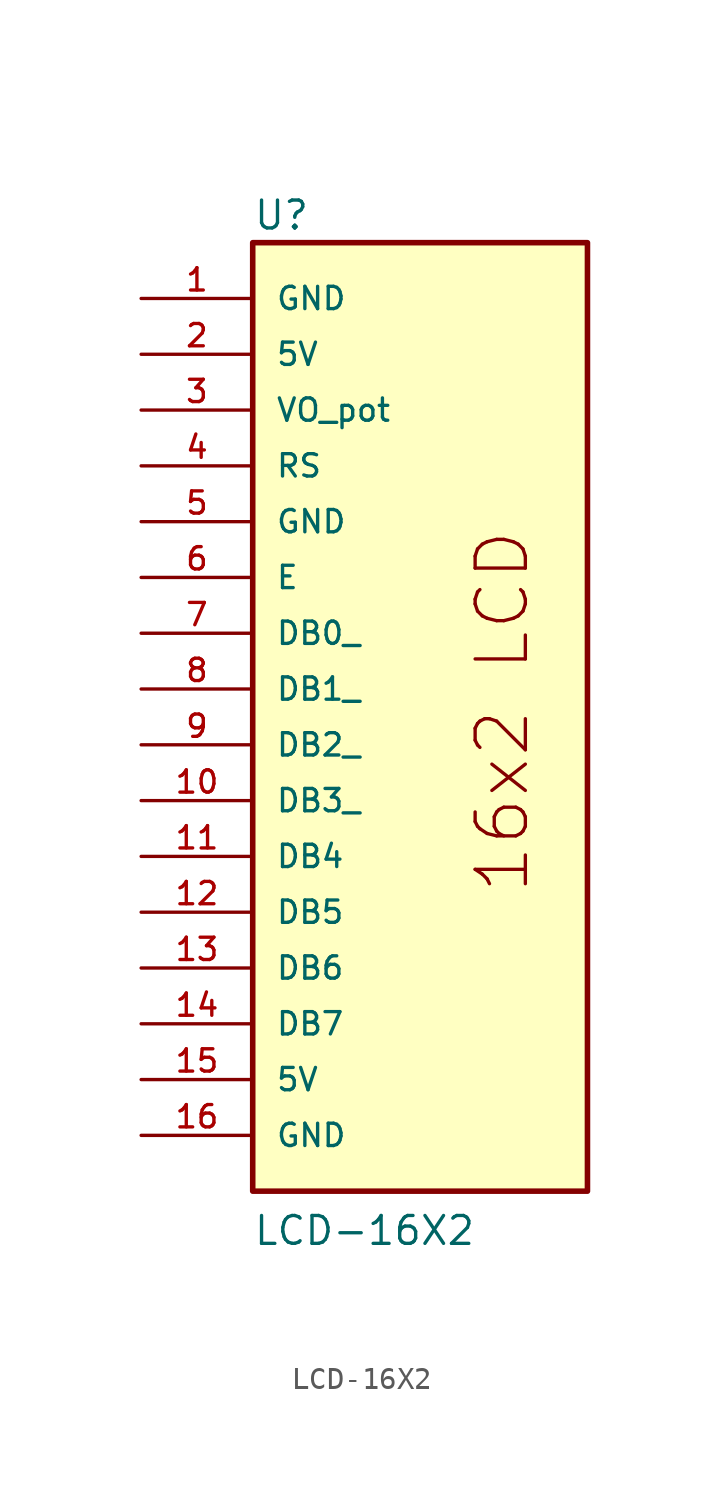
<source format=kicad_sym>
(kicad_symbol_lib
  (version 20241209)
  (generator "kicad_symbol_editor")
  (generator_version "9.0")
  (symbol "LCD-16X2"
    (pin_names
      (offset 1.016))
    (property "Reference" "U"
      (at -7.62 23.368 0)
      (effects (font (size 1.27 1.27)) (justify left bottom)))
    (property "Value" "LCD-16X2"
      (at -7.62 -22.86 0)
      (effects (font (size 1.27 1.27)) (justify left bottom)))
    (symbol "LCD-16X2_0_0"
      (rectangle (start -7.62 22.86) (end 7.62 -20.32) (stroke (width 0.254) (type default)) (fill (type background)))
      (text "16x2 LCD" (at 5.08 -6.858 900) (effects (font (size 2.286 2.286)) (justify left bottom)))
      (pin input line (at -12.7 12.7 0) (length 5.08) (name "RS" (effects (font (size 1.016 1.016)))) (number "4" (effects (font (size 1.016 1.016)))))
      (pin input line (at -12.7 7.62 0) (length 5.08) (name "E" (effects (font (size 1.016 1.016)))) (number "6" (effects (font (size 1.016 1.016)))))
      (pin bidirectional line (at -12.7 -5.08 0) (length 5.08) (name "DB4" (effects (font (size 1.016 1.016)))) (number "11" (effects (font (size 1.016 1.016)))))
      (pin bidirectional line (at -12.7 -7.62 0) (length 5.08) (name "DB5" (effects (font (size 1.016 1.016)))) (number "12" (effects (font (size 1.016 1.016)))))
      (pin bidirectional line (at -12.7 -10.16 0) (length 5.08) (name "DB6" (effects (font (size 1.016 1.016)))) (number "13" (effects (font (size 1.016 1.016)))))
      (pin bidirectional line (at -12.7 -12.7 0) (length 5.08) (name "DB7" (effects (font (size 1.016 1.016)))) (number "14" (effects (font (size 1.016 1.016))))))
    (symbol "LCD-16X2_1_0"
      (pin power_in line (at -12.7 20.32 0) (length 5.08) (name "GND" (effects (font (size 1.016 1.016)))) (number "1" (effects (font (size 1.016 1.016)))))
      (pin power_in line (at -12.7 17.78 0) (length 5.08) (name "5V" (effects (font (size 1.016 1.016)))) (number "2" (effects (font (size 1.016 1.016)))))
      (pin bidirectional line (at -12.7 15.24 0) (length 5.08) (name "VO_pot" (effects (font (size 1.016 1.016)))) (number "3" (effects (font (size 1.016 1.016)))))
      (pin input line (at -12.7 10.16 0) (length 5.08) (name "GND" (effects (font (size 1.016 1.016)))) (number "5" (effects (font (size 1.016 1.016)))))
      (pin bidirectional line (at -12.7 5.08 0) (length 5.08) (name "DB0_" (effects (font (size 1.016 1.016)))) (number "7" (effects (font (size 1.016 1.016)))))
      (pin bidirectional line (at -12.7 2.54 0) (length 5.08) (name "DB1_" (effects (font (size 1.016 1.016)))) (number "8" (effects (font (size 1.016 1.016)))))
      (pin bidirectional line (at -12.7 0 0) (length 5.08) (name "DB2_" (effects (font (size 1.016 1.016)))) (number "9" (effects (font (size 1.016 1.016)))))
      (pin bidirectional line (at -12.7 -2.54 0) (length 5.08) (name "DB3_" (effects (font (size 1.016 1.016)))) (number "10" (effects (font (size 1.016 1.016)))))
      (pin power_in line (at -12.7 -15.24 0) (length 5.08) (name "5V" (effects (font (size 1.016 1.016)))) (number "15" (effects (font (size 1.016 1.016)))))
      (pin power_in line (at -12.7 -17.78 0) (length 5.08) (name "GND" (effects (font (size 1.016 1.016)))) (number "16" (effects (font (size 1.016 1.016))))))))
</source>
